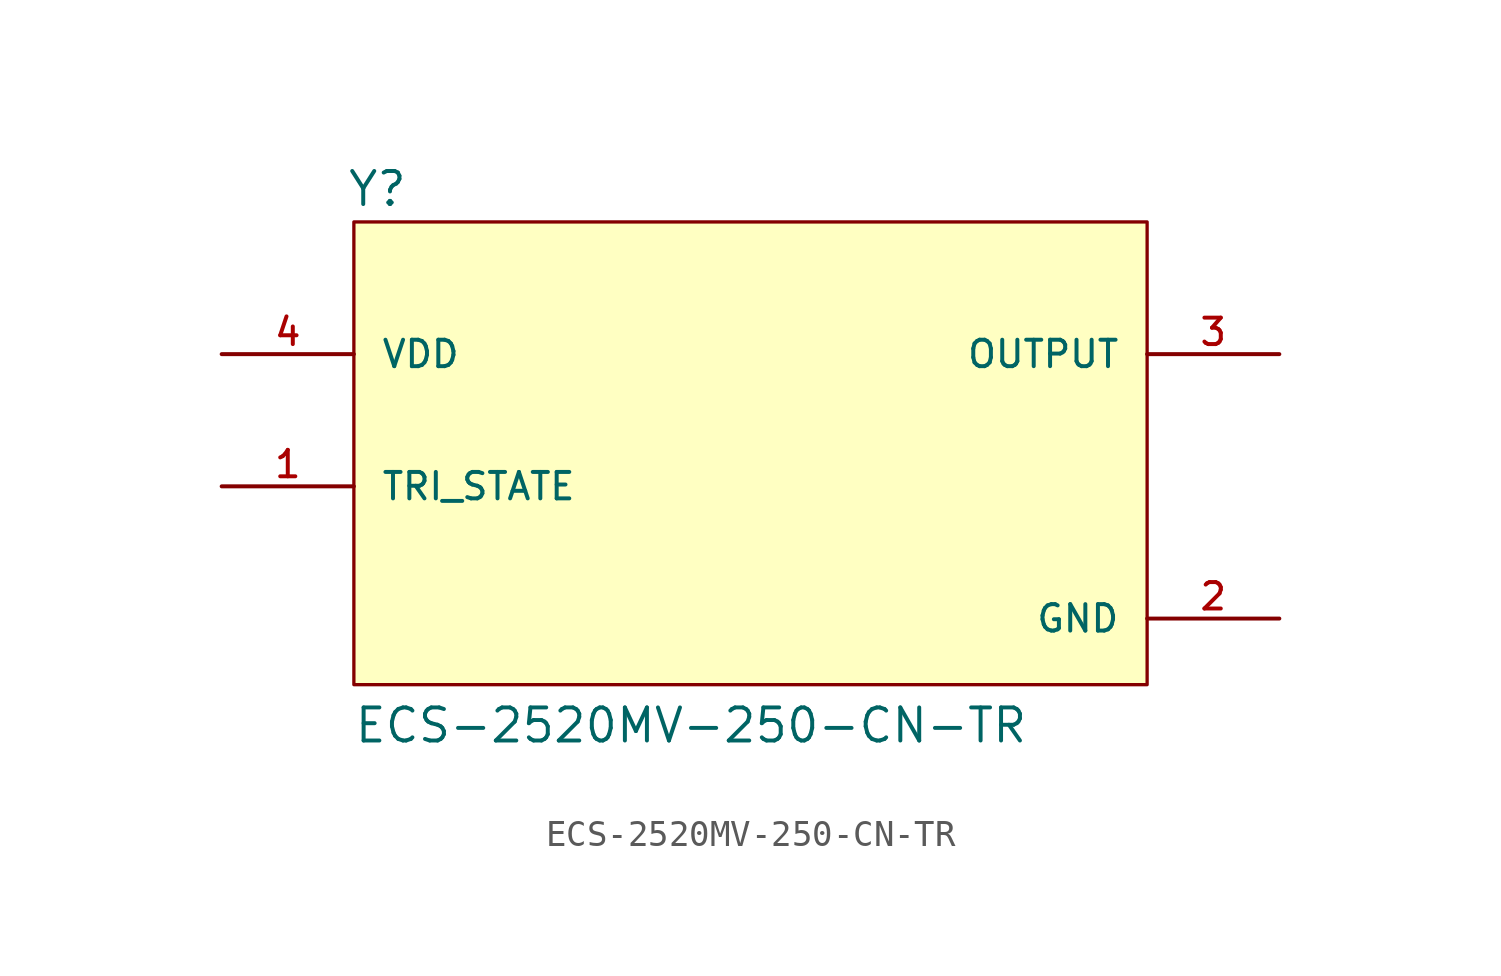
<source format=kicad_sym>
(kicad_symbol_lib
  (version 20211014)
  (generator kicad_symbol_editor)
  (symbol "ECS-2520MV-250-CN-TR"
    (pin_names
      (offset 1.016))
    (property "Reference" "Y"
      (at -15.525 8.144 0)
      (effects (font (size 1.27 1.27)) (justify bottom left)))
    (property "Value" "ECS-2520MV-250-CN-TR"
      (at -15.268 -12.469 0)
      (effects (font (size 1.27 1.27)) (justify bottom left)))
    (symbol "ECS-2520MV-250-CN-TR_0_0"
      (rectangle (start -15.24 -10.16) (end 15.24 7.62) (stroke (width 0.127)) (fill (type background)))
      (pin input line (at -20.32 -2.54 0) (length 5.08) (name "TRI_STATE" (effects (font (size 1.016 1.016)))) (number "1" (effects (font (size 1.016 1.016)))))
      (pin output line (at 20.32 2.54 180.0) (length 5.08) (name "OUTPUT" (effects (font (size 1.016 1.016)))) (number "3" (effects (font (size 1.016 1.016)))))
      (pin input line (at -20.32 2.54 0) (length 5.08) (name "VDD" (effects (font (size 1.016 1.016)))) (number "4" (effects (font (size 1.016 1.016)))))
      (pin power_in line (at 20.32 -7.62 180.0) (length 5.08) (name "GND" (effects (font (size 1.016 1.016)))) (number "2" (effects (font (size 1.016 1.016))))))))
</source>
